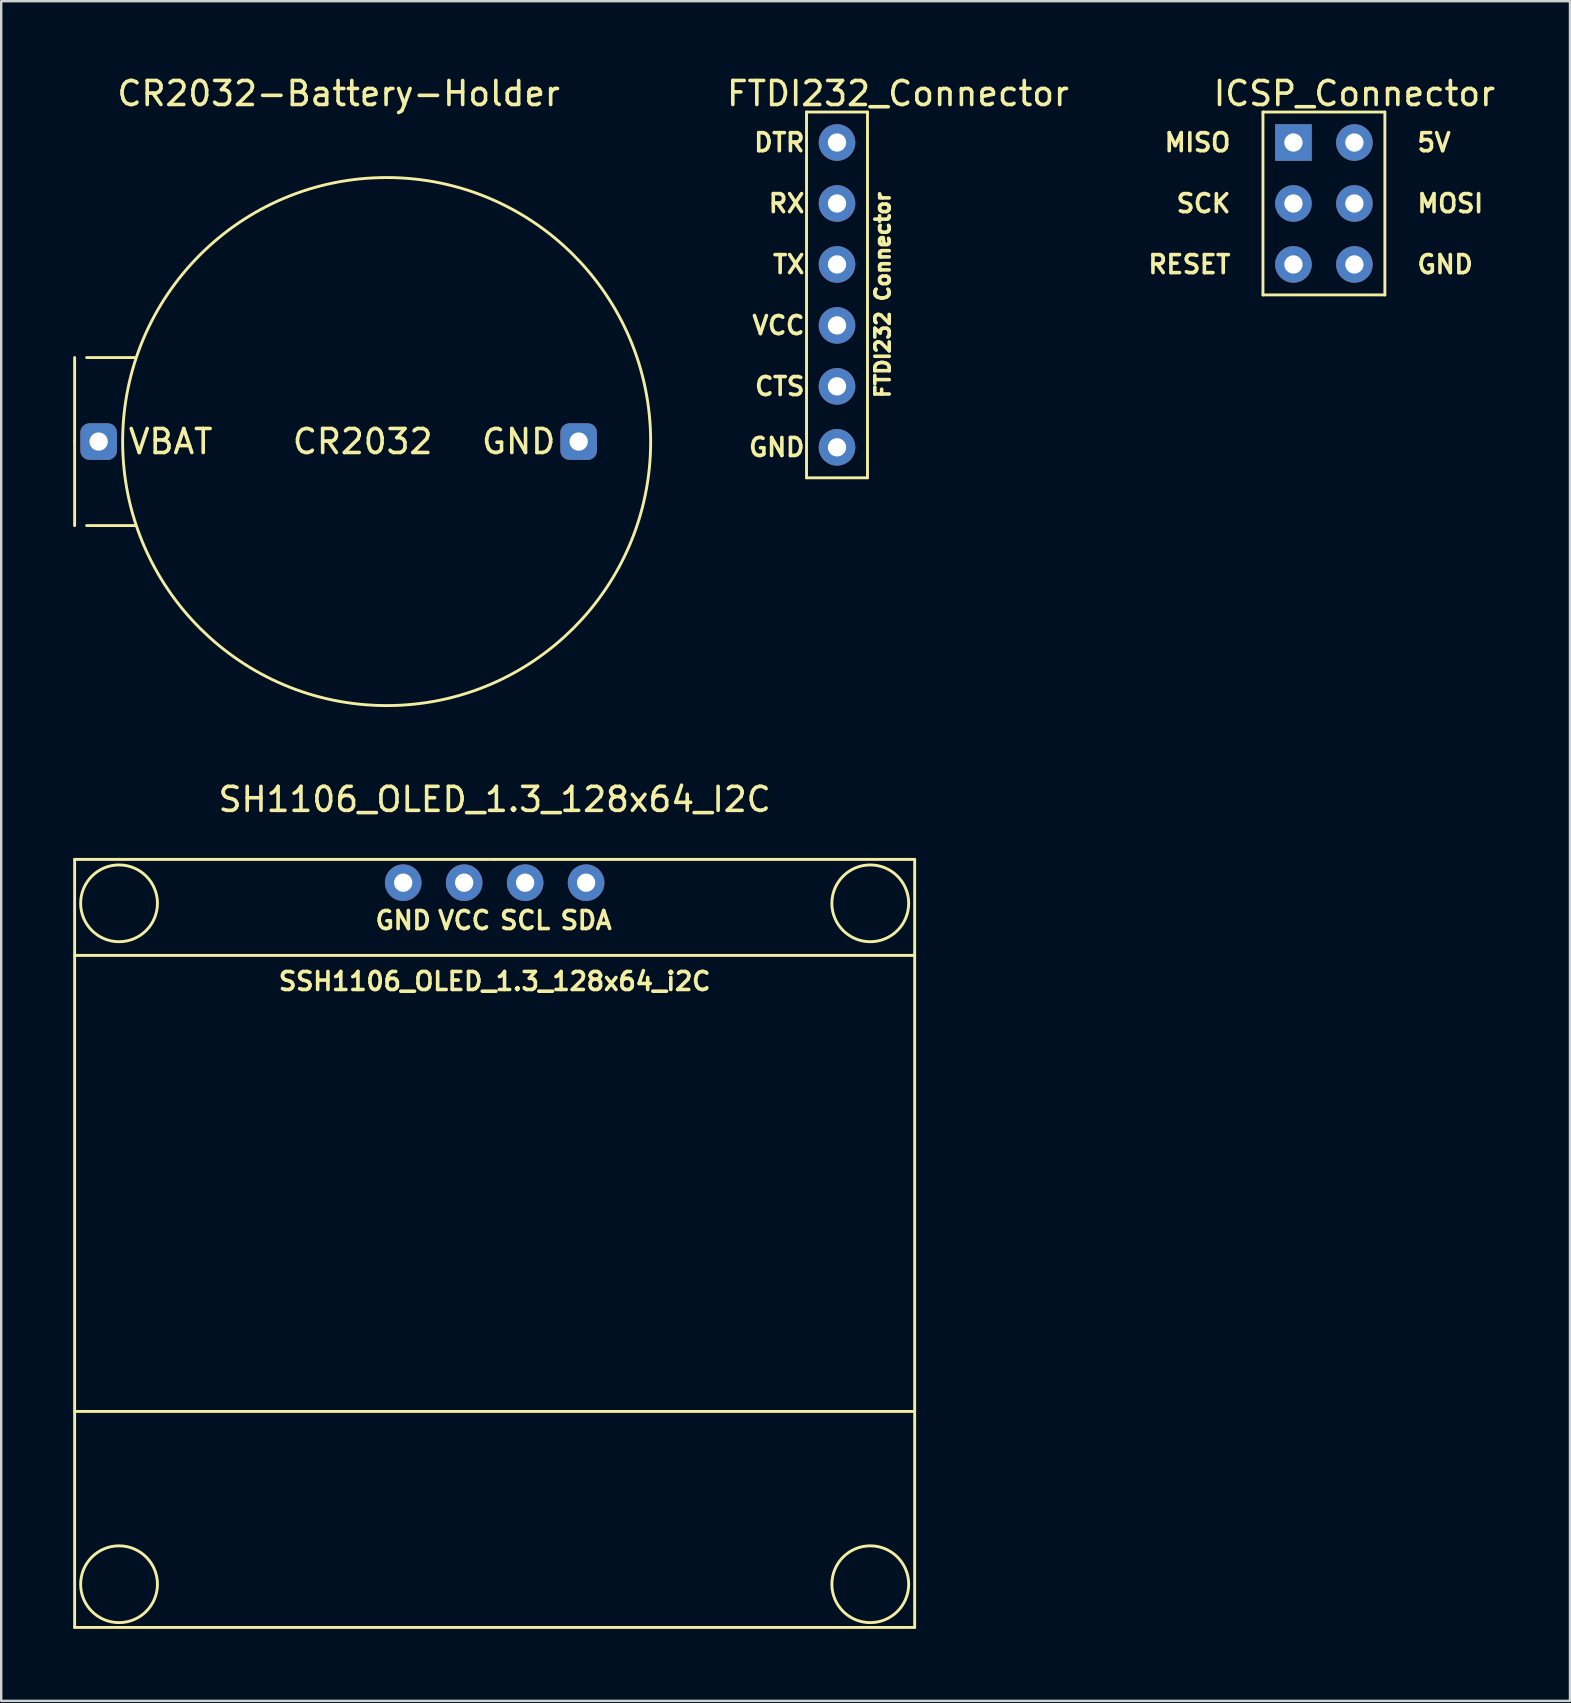
<source format=kicad_pcb>
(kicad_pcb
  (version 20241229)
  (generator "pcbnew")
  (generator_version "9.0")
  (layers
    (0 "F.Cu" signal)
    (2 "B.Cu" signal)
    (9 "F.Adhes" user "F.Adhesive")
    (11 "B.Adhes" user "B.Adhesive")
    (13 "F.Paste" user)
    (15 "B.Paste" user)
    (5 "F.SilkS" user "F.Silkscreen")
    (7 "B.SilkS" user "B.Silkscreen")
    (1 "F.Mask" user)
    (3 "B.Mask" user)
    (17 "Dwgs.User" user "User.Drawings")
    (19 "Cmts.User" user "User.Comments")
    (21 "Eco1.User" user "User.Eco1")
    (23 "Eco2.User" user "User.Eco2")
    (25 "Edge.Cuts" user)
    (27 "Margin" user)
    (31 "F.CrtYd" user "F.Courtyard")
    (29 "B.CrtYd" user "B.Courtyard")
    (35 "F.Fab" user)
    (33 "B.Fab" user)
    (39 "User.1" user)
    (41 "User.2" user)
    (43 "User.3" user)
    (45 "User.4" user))
  (footprint "FTDI232_Connector"
    (layer "F.Cu")
    (at 34.364 0.348)
    (property "Reference" "FTDI232_Connector" (at 0 0.5 0) (layer "F.SilkS") (effects (font (size 1 1) (thickness 0.15))))
    (attr through_hole)
    (fp_line (start -3.81 1.27) (end -1.27 1.27) (stroke (width 0.12) (type solid)) (layer "F.SilkS"))
    (fp_line (start -3.81 16.51) (end -3.81 1.27) (stroke (width 0.12) (type solid)) (layer "F.SilkS"))
    (fp_line (start -1.27 1.27) (end -1.27 16.51) (stroke (width 0.12) (type solid)) (layer "F.SilkS"))
    (fp_line (start -1.27 16.51) (end -3.81 16.51) (stroke (width 0.12) (type solid)) (layer "F.SilkS"))
    (fp_text user "DTR" (at -3.81 2.54 0) (layer "F.SilkS") (effects (font (size 0.75 0.75) (thickness 0.15)) (justify right)))
    (fp_text user "FTDI232 Connector" (at -0.635 8.89 90) (layer "F.SilkS") (effects (font (size 0.6 0.6) (thickness 0.15))))
    (fp_text user "GND" (at -3.81 15.24 0) (layer "F.SilkS") (effects (font (size 0.75 0.75) (thickness 0.15)) (justify right)))
    (fp_text user "TX" (at -3.81 7.62 0) (layer "F.SilkS") (effects (font (size 0.75 0.75) (thickness 0.15)) (justify right)))
    (fp_text user "RX" (at -3.81 5.08 0) (layer "F.SilkS") (effects (font (size 0.75 0.75) (thickness 0.15)) (justify right)))
    (fp_text user "VCC" (at -3.81 10.16 0) (layer "F.SilkS") (effects (font (size 0.75 0.75) (thickness 0.15)) (justify right)))
    (fp_text user "CTS" (at -3.81 12.7 0) (layer "F.SilkS") (effects (font (size 0.75 0.75) (thickness 0.15)) (justify right)))
    (pad "1" thru_hole circle (at -2.54 2.54) (size 1.524 1.524) (drill 0.762) (layers "*.Cu" "*.Mask"))
    (pad "2" thru_hole circle (at -2.54 5.08) (size 1.524 1.524) (drill 0.762) (layers "*.Cu" "*.Mask"))
    (pad "3" thru_hole circle (at -2.54 7.62) (size 1.524 1.524) (drill 0.762) (layers "*.Cu" "*.Mask"))
    (pad "4" thru_hole circle (at -2.54 10.16) (size 1.524 1.524) (drill 0.762) (layers "*.Cu" "*.Mask"))
    (pad "5" thru_hole circle (at -2.54 12.7) (size 1.524 1.524) (drill 0.762) (layers "*.Cu" "*.Mask"))
    (pad "6" thru_hole circle (at -2.54 15.24) (size 1.524 1.524) (drill 0.762) (layers "*.Cu" "*.Mask")))
  (footprint "CR2032-Battery-Holder"
    (layer "F.Cu")
    (at 11.06 0.348)
    (property "Reference" "CR2032-Battery-Holder" (at 0 0.5 0) (layer "F.SilkS") (effects (font (size 1 1) (thickness 0.15))))
    (attr through_hole)
    (fp_line (start -11 15) (end -11 11.5) (stroke (width 0.12) (type solid)) (layer "F.SilkS"))
    (fp_line (start -11 15) (end -11 18.5) (stroke (width 0.12) (type solid)) (layer "F.SilkS"))
    (fp_line (start -10.5 11.5) (end -8.5 11.5) (stroke (width 0.12) (type solid)) (layer "F.SilkS"))
    (fp_line (start -10.5 18.5) (end -8.5 18.5) (stroke (width 0.12) (type solid)) (layer "F.SilkS"))
    (fp_circle (center 2 15) (end 13 15) (stroke (width 0.12) (type solid)) (fill no) (layer "F.SilkS"))
    (fp_text user "CR2032" (at 1 15 0) (layer "F.SilkS") (effects (font (size 1 1) (thickness 0.15))))
    (fp_text user "VBAT" (at -7 15 0) (layer "F.SilkS") (effects (font (size 1 1) (thickness 0.15))))
    (fp_text user "GND" (at 7.5 15 0) (layer "F.SilkS") (effects (font (size 1 1) (thickness 0.15))))
    (pad "1" thru_hole roundrect (at -10 15) (size 1.524 1.524) (drill 0.762) (layers "*.Cu" "*.Mask") (roundrect_rratio 0.25))
    (pad "2" thru_hole roundrect (at 10 15) (size 1.524 1.524) (drill 0.762) (layers "*.Cu" "*.Mask") (roundrect_rratio 0.25)))
  (footprint "SH1106_OLED_1.3_128x64_I2C"
    (layer "F.Cu")
    (at 17.56 32.757)
    (property "Reference" "SH1106_OLED_1.3_128x64_I2C" (at 0 -2.5 0) (layer "F.SilkS") (effects (font (size 1 1) (thickness 0.15))))
    (attr through_hole)
    (fp_line (start -17.5 0) (end -17.5 32) (stroke (width 0.12) (type solid)) (layer "F.SilkS"))
    (fp_line (start -17.5 0) (end 0 0) (stroke (width 0.12) (type solid)) (layer "F.SilkS"))
    (fp_line (start -17.5 4) (end 17.5 4) (stroke (width 0.12) (type solid)) (layer "F.SilkS"))
    (fp_line (start -17.5 23) (end 17.5 23) (stroke (width 0.12) (type solid)) (layer "F.SilkS"))
    (fp_line (start -17.5 32) (end 17.5 32) (stroke (width 0.12) (type solid)) (layer "F.SilkS"))
    (fp_line (start 0 0) (end 17.5 0) (stroke (width 0.12) (type solid)) (layer "F.SilkS"))
    (fp_line (start 17.5 32) (end 17.5 0) (stroke (width 0.12) (type solid)) (layer "F.SilkS"))
    (fp_circle (center -15.65 1.83) (end -14.05 1.83) (stroke (width 0.12) (type solid)) (fill no) (layer "F.SilkS"))
    (fp_circle (center -15.65 30.2) (end -14.05 30.2) (stroke (width 0.12) (type solid)) (fill no) (layer "F.SilkS"))
    (fp_circle (center 15.65 1.83) (end 17.25 1.83) (stroke (width 0.12) (type solid)) (fill no) (layer "F.SilkS"))
    (fp_circle (center 15.65 30.2) (end 17.25 30.2) (stroke (width 0.12) (type solid)) (fill no) (layer "F.SilkS"))
    (fp_text user "GND" (at -3.81 2.54 180) (layer "F.SilkS") (effects (font (size 0.75 0.75) (thickness 0.15))))
    (fp_text user "SCL" (at 1.27 2.54 0) (layer "F.SilkS") (effects (font (size 0.75 0.75) (thickness 0.15))))
    (fp_text user "SDA" (at 3.81 2.54 0) (layer "F.SilkS") (effects (font (size 0.75 0.75) (thickness 0.15))))
    (fp_text user "VCC" (at -1.27 2.54 0) (layer "F.SilkS") (effects (font (size 0.75 0.75) (thickness 0.15))))
    (fp_text user "SSH1106_OLED_1.3_128x64_i2C" (at 0 5.08 0) (layer "F.SilkS") (effects (font (size 0.75 0.75) (thickness 0.15))))
    (pad "1" thru_hole circle (at -3.81 0.97) (size 1.524 1.524) (drill 0.762) (layers "*.Cu" "*.Mask"))
    (pad "2" thru_hole circle (at -1.27 0.97) (size 1.524 1.524) (drill 0.762) (layers "*.Cu" "*.Mask"))
    (pad "3" thru_hole circle (at 1.27 0.97) (size 1.524 1.524) (drill 0.762) (layers "*.Cu" "*.Mask"))
    (pad "4" thru_hole circle (at 3.81 0.97) (size 1.524 1.524) (drill 0.762) (layers "*.Cu" "*.Mask")))
  (footprint "ICSP_Connector"
    (layer "F.Cu")
    (at 53.381 0.348)
    (property "Reference" "ICSP_Connector" (at 0 0.5 0) (layer "F.SilkS") (effects (font (size 1 1) (thickness 0.15))))
    (attr through_hole)
    (fp_line (start -3.81 1.27) (end 1.27 1.27) (stroke (width 0.12) (type solid)) (layer "F.SilkS"))
    (fp_line (start -3.81 8.89) (end -3.81 1.27) (stroke (width 0.12) (type solid)) (layer "F.SilkS"))
    (fp_line (start 1.27 1.27) (end 1.27 8.89) (stroke (width 0.12) (type solid)) (layer "F.SilkS"))
    (fp_line (start 1.27 8.89) (end -3.81 8.89) (stroke (width 0.12) (type solid)) (layer "F.SilkS"))
    (fp_text user "MISO" (at -5.08 2.54 0) (layer "F.SilkS") (effects (font (size 0.75 0.75) (thickness 0.15)) (justify right)))
    (fp_text user "MOSI" (at 2.54 5.08 0) (layer "F.SilkS") (effects (font (size 0.75 0.75) (thickness 0.15)) (justify left)))
    (fp_text user "5V" (at 2.54 2.54 0) (layer "F.SilkS") (effects (font (size 0.75 0.75) (thickness 0.15)) (justify left)))
    (fp_text user "SCK" (at -5.08 5.08 0) (layer "F.SilkS") (effects (font (size 0.75 0.75) (thickness 0.15)) (justify right)))
    (fp_text user "GND" (at 2.54 7.62 0) (layer "F.SilkS") (effects (font (size 0.75 0.75) (thickness 0.15)) (justify left)))
    (fp_text user "RESET" (at -5.08 7.62 0) (layer "F.SilkS") (effects (font (size 0.75 0.75) (thickness 0.15)) (justify right)))
    (pad "1" thru_hole rect (at -2.54 2.54) (size 1.524 1.524) (drill 0.762) (layers "*.Cu" "*.Mask"))
    (pad "2" thru_hole circle (at 0 2.54) (size 1.524 1.524) (drill 0.762) (layers "*.Cu" "*.Mask"))
    (pad "3" thru_hole circle (at -2.54 5.08) (size 1.524 1.524) (drill 0.762) (layers "*.Cu" "*.Mask"))
    (pad "4" thru_hole circle (at 0 5.08) (size 1.524 1.524) (drill 0.762) (layers "*.Cu" "*.Mask"))
    (pad "5" thru_hole circle (at -2.54 7.62) (size 1.524 1.524) (drill 0.762) (layers "*.Cu" "*.Mask"))
    (pad "6" thru_hole circle (at 0 7.62) (size 1.524 1.524) (drill 0.762) (layers "*.Cu" "*.Mask")))
  (gr_rect
    (start -3 -3)
    (end 62.363 67.817)
    (stroke (width 0.1) (type default))
    (fill no)
    (layer "Edge.Cuts")))
</source>
